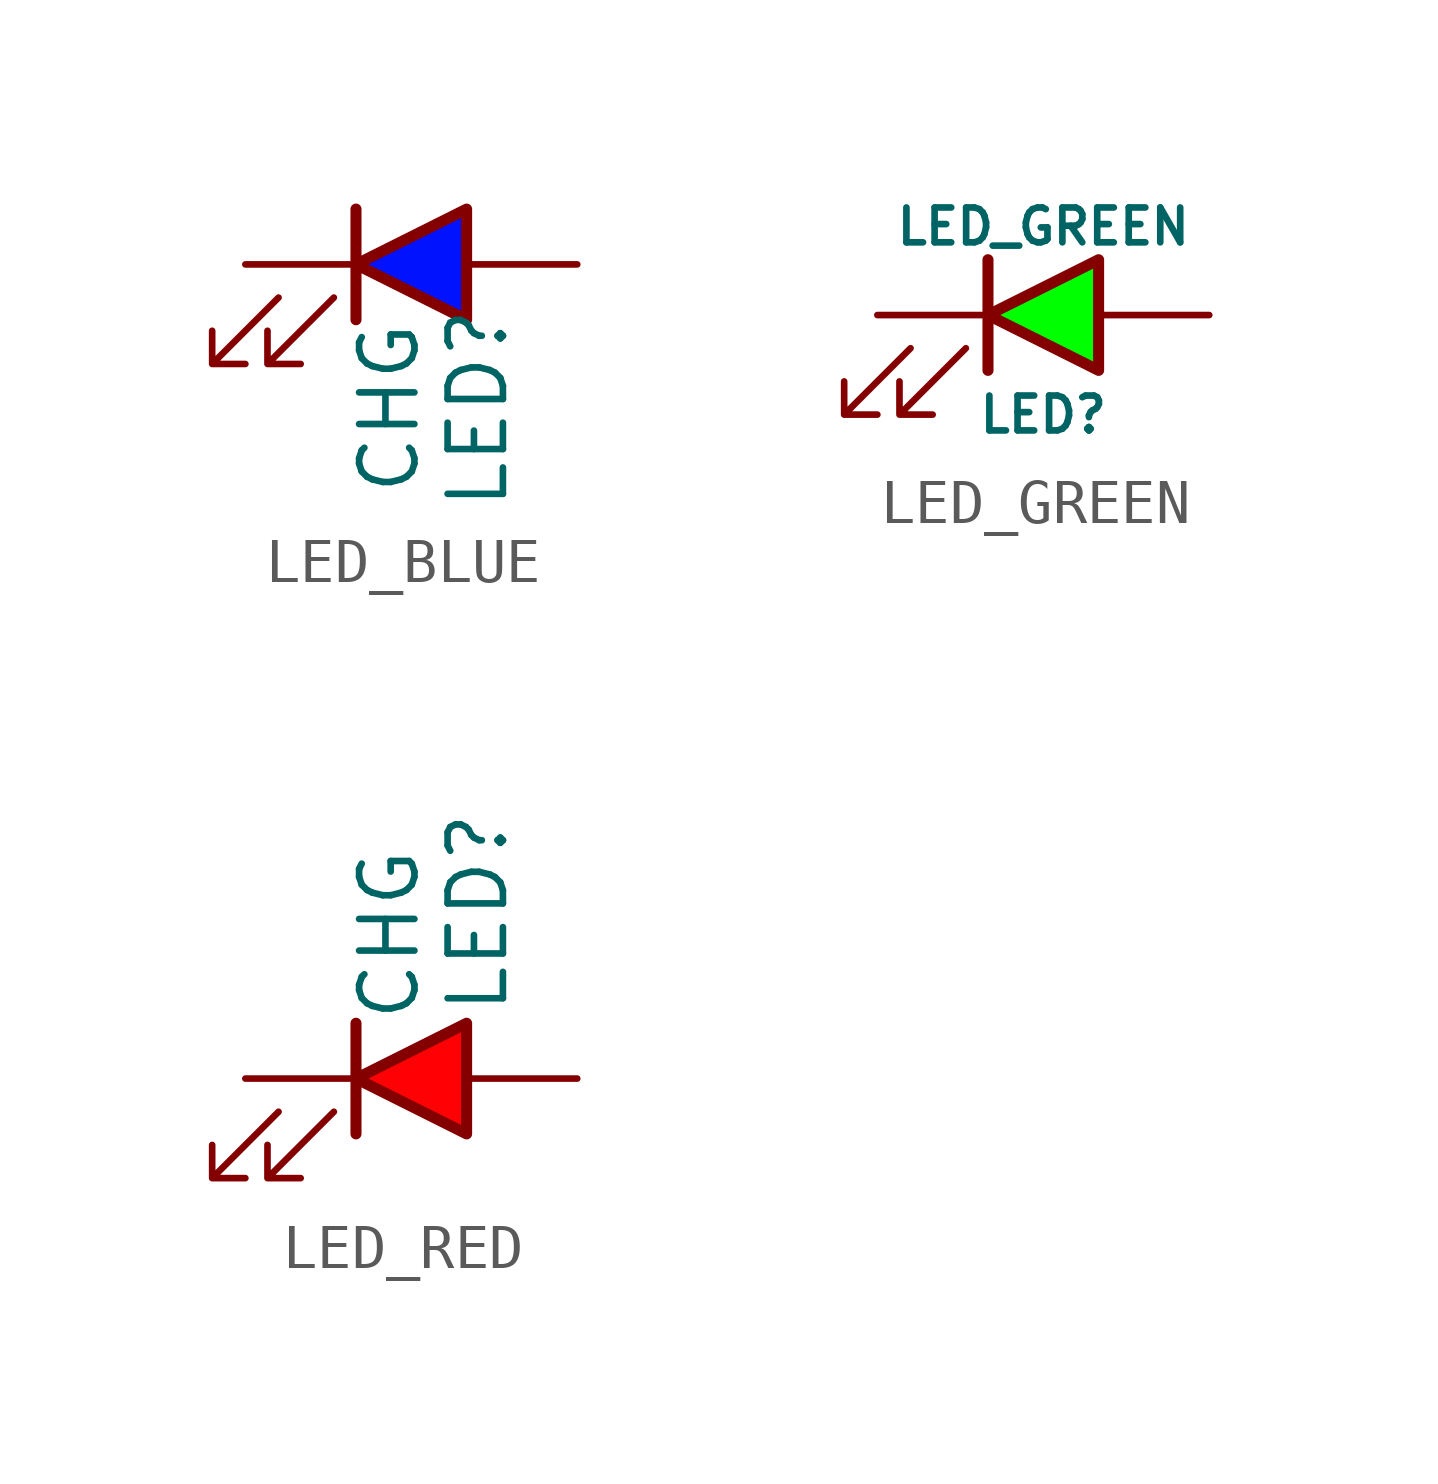
<source format=kicad_sym>
(kicad_symbol_lib
  (version 20241209)
  (generator "kicad_symbol_editor")
  (generator_version "9.0")
  (symbol "LED_BLUE"
    (pin_numbers
      (hide yes))
    (pin_names
      (offset 1.016)
      (hide yes))
    (property "Reference" "LED"
      (at 1.524 -3.302 90)
      (effects (font (size 1.27 1.27))))
    (property "Value" "CHG"
      (at -0.508 -3.302 90)
      (effects (font (size 1.27 1.27))))
    (symbol "LED_BLUE_0_1"
      (polyline (pts (xy -3.048 -0.762) (xy -4.572 -2.286) (xy -3.81 -2.286) (xy -4.572 -2.286) (xy -4.572 -1.524)) (stroke (width 0) (type default)) (fill (type none)))
      (polyline (pts (xy -1.778 -0.762) (xy -3.302 -2.286) (xy -2.54 -2.286) (xy -3.302 -2.286) (xy -3.302 -1.524)) (stroke (width 0) (type default)) (fill (type none)))
      (polyline (pts (xy -1.27 -1.27) (xy -1.27 1.27)) (stroke (width 0.254) (type default)) (fill (type none))))
    (symbol "LED_BLUE_1_1"
      (polyline (pts (xy 1.27 -1.27) (xy 1.27 1.27) (xy -1.27 0) (xy 1.27 -1.27)) (stroke (width 0.254) (type default)) (fill (type color) (color 0 18 255 1)))
      (pin passive line (at -3.81 0 0) (length 2.54) (name "K" (effects (font (size 1.27 1.27)))) (number "1" (effects (font (size 1.27 1.27)))))
      (pin passive line (at 3.81 0 180) (length 2.54) (name "A" (effects (font (size 1.27 1.27)))) (number "2" (effects (font (size 1.27 1.27)))))))
  (symbol "LED_GREEN"
    (pin_numbers
      (hide yes))
    (pin_names
      (offset 1.016)
      (hide yes))
    (property "Reference" "LED"
      (at 0 -2.286 0)
      (effects (font (size 0.8 0.8))))
    (property "Value" "LED_GREEN"
      (at 0 2.032 0)
      (effects (font (size 0.8 0.8))))
    (symbol "LED_GREEN_0_1"
      (polyline (pts (xy -3.048 -0.762) (xy -4.572 -2.286) (xy -3.81 -2.286) (xy -4.572 -2.286) (xy -4.572 -1.524)) (stroke (width 0) (type default)) (fill (type none)))
      (polyline (pts (xy -1.778 -0.762) (xy -3.302 -2.286) (xy -2.54 -2.286) (xy -3.302 -2.286) (xy -3.302 -1.524)) (stroke (width 0) (type default)) (fill (type none)))
      (polyline (pts (xy -1.27 -1.27) (xy -1.27 1.27)) (stroke (width 0.254) (type default)) (fill (type none))))
    (symbol "LED_GREEN_1_1"
      (polyline (pts (xy 1.27 -1.27) (xy 1.27 1.27) (xy -1.27 0) (xy 1.27 -1.27)) (stroke (width 0.254) (type default)) (fill (type color) (color 0 255 1 1)))
      (pin passive line (at -3.81 0 0) (length 2.54) (name "K" (effects (font (size 1.27 1.27)))) (number "1" (effects (font (size 1.27 1.27)))))
      (pin passive line (at 3.81 0 180) (length 2.54) (name "A" (effects (font (size 1.27 1.27)))) (number "2" (effects (font (size 1.27 1.27)))))))
  (symbol "LED_RED"
    (pin_numbers
      (hide yes))
    (pin_names
      (offset 1.016)
      (hide yes))
    (property "Reference" "LED"
      (at 1.524 3.81 90)
      (effects (font (size 1.27 1.27))))
    (property "Value" "CHG"
      (at -0.508 3.302 90)
      (effects (font (size 1.27 1.27))))
    (symbol "LED_RED_0_1"
      (polyline (pts (xy -3.048 -0.762) (xy -4.572 -2.286) (xy -3.81 -2.286) (xy -4.572 -2.286) (xy -4.572 -1.524)) (stroke (width 0) (type default)) (fill (type none)))
      (polyline (pts (xy -1.778 -0.762) (xy -3.302 -2.286) (xy -2.54 -2.286) (xy -3.302 -2.286) (xy -3.302 -1.524)) (stroke (width 0) (type default)) (fill (type none)))
      (polyline (pts (xy -1.27 -1.27) (xy -1.27 1.27)) (stroke (width 0.254) (type default)) (fill (type none))))
    (symbol "LED_RED_1_1"
      (polyline (pts (xy 1.27 -1.27) (xy 1.27 1.27) (xy -1.27 0) (xy 1.27 -1.27)) (stroke (width 0.254) (type default)) (fill (type color) (color 255 0 4 1)))
      (pin passive line (at -3.81 0 0) (length 2.54) (name "K" (effects (font (size 1.27 1.27)))) (number "1" (effects (font (size 1.27 1.27)))))
      (pin passive line (at 3.81 0 180) (length 2.54) (name "A" (effects (font (size 1.27 1.27)))) (number "2" (effects (font (size 1.27 1.27))))))))
</source>
